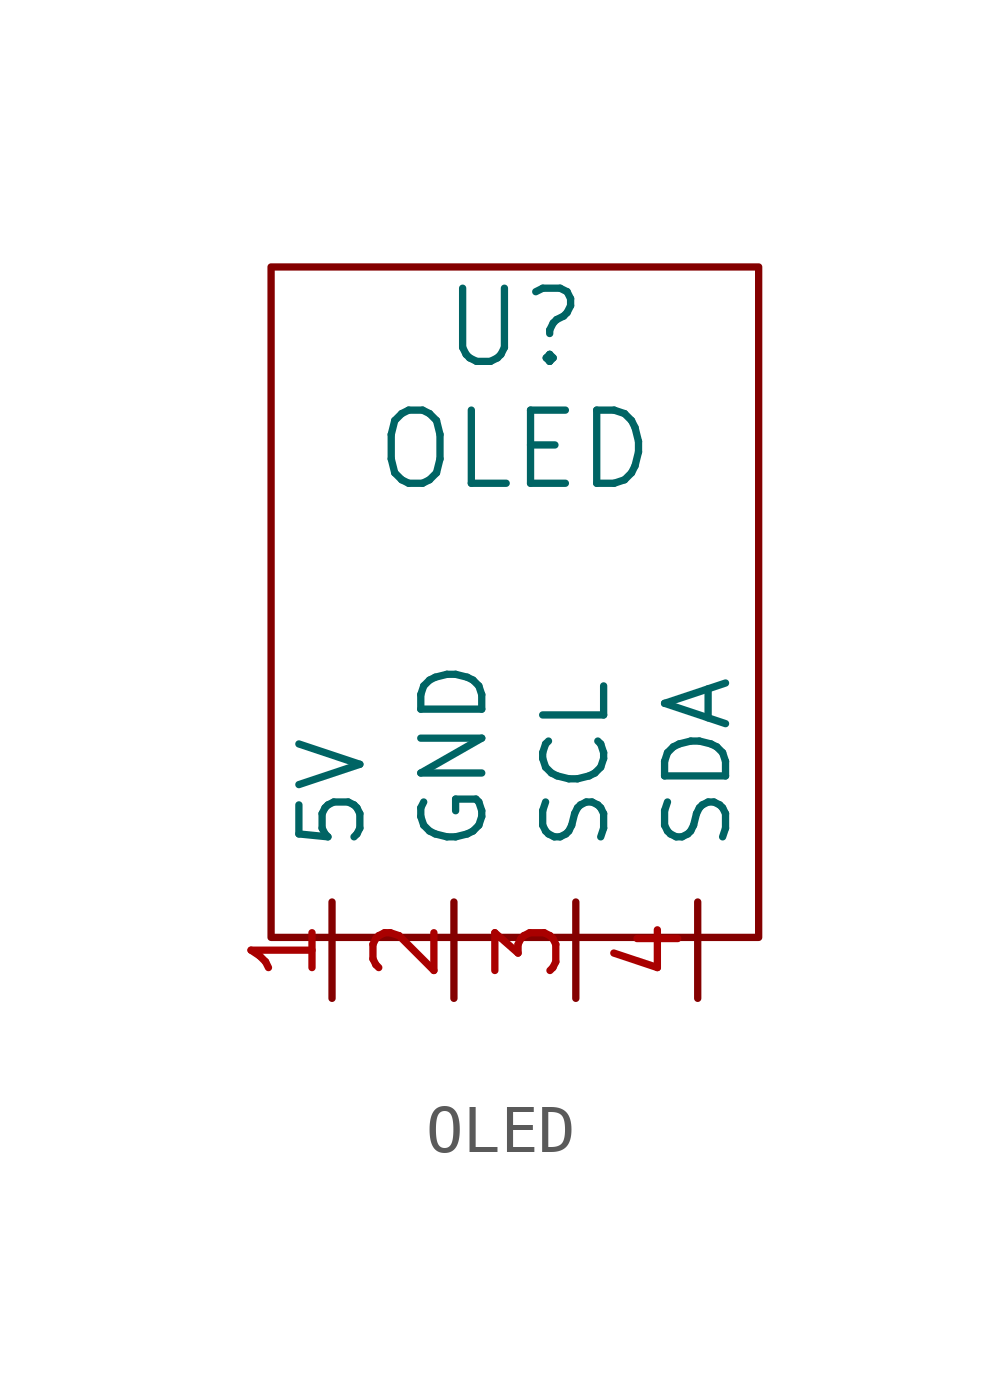
<source format=kicad_sym>
(kicad_symbol_lib
  (version 20220914)
  (generator kicad_symbol_editor)
  (symbol "OLED"
    (pin_names
      (offset 1.016))
    (property "Reference" "U"
      (at 0 7.62 0)
      (effects (font (size 1.524 1.524))))
    (property "Value" "OLED"
      (at 0 5.08 0)
      (effects (font (size 1.524 1.524))))
    (property "Footprint" ""
      (at 0 0 0)
      (effects (font (size 1.524 1.524))))
    (property "Datasheet" ""
      (at 0 0 0)
      (effects (font (size 1.524 1.524))))
    (symbol "OLED_0_0"
      (rectangle (start -5.08 8.89) (end 5.08 -5.08) (stroke (width 0) (type solid)) (fill (type none))))
    (symbol "OLED_1_1"
      (pin input line (at -3.81 -6.35 90) (length 2.007) (name "5V" (effects (font (size 1.27 1.27)))) (number "1" (effects (font (size 1.27 1.27)))))
      (pin input line (at -1.27 -6.35 90) (length 2.007) (name "GND" (effects (font (size 1.27 1.27)))) (number "2" (effects (font (size 1.27 1.27)))))
      (pin input line (at 1.27 -6.35 90) (length 2.007) (name "SCL" (effects (font (size 1.27 1.27)))) (number "3" (effects (font (size 1.27 1.27)))))
      (pin input line (at 3.81 -6.35 90) (length 2.007) (name "SDA" (effects (font (size 1.27 1.27)))) (number "4" (effects (font (size 1.27 1.27))))))))
</source>
